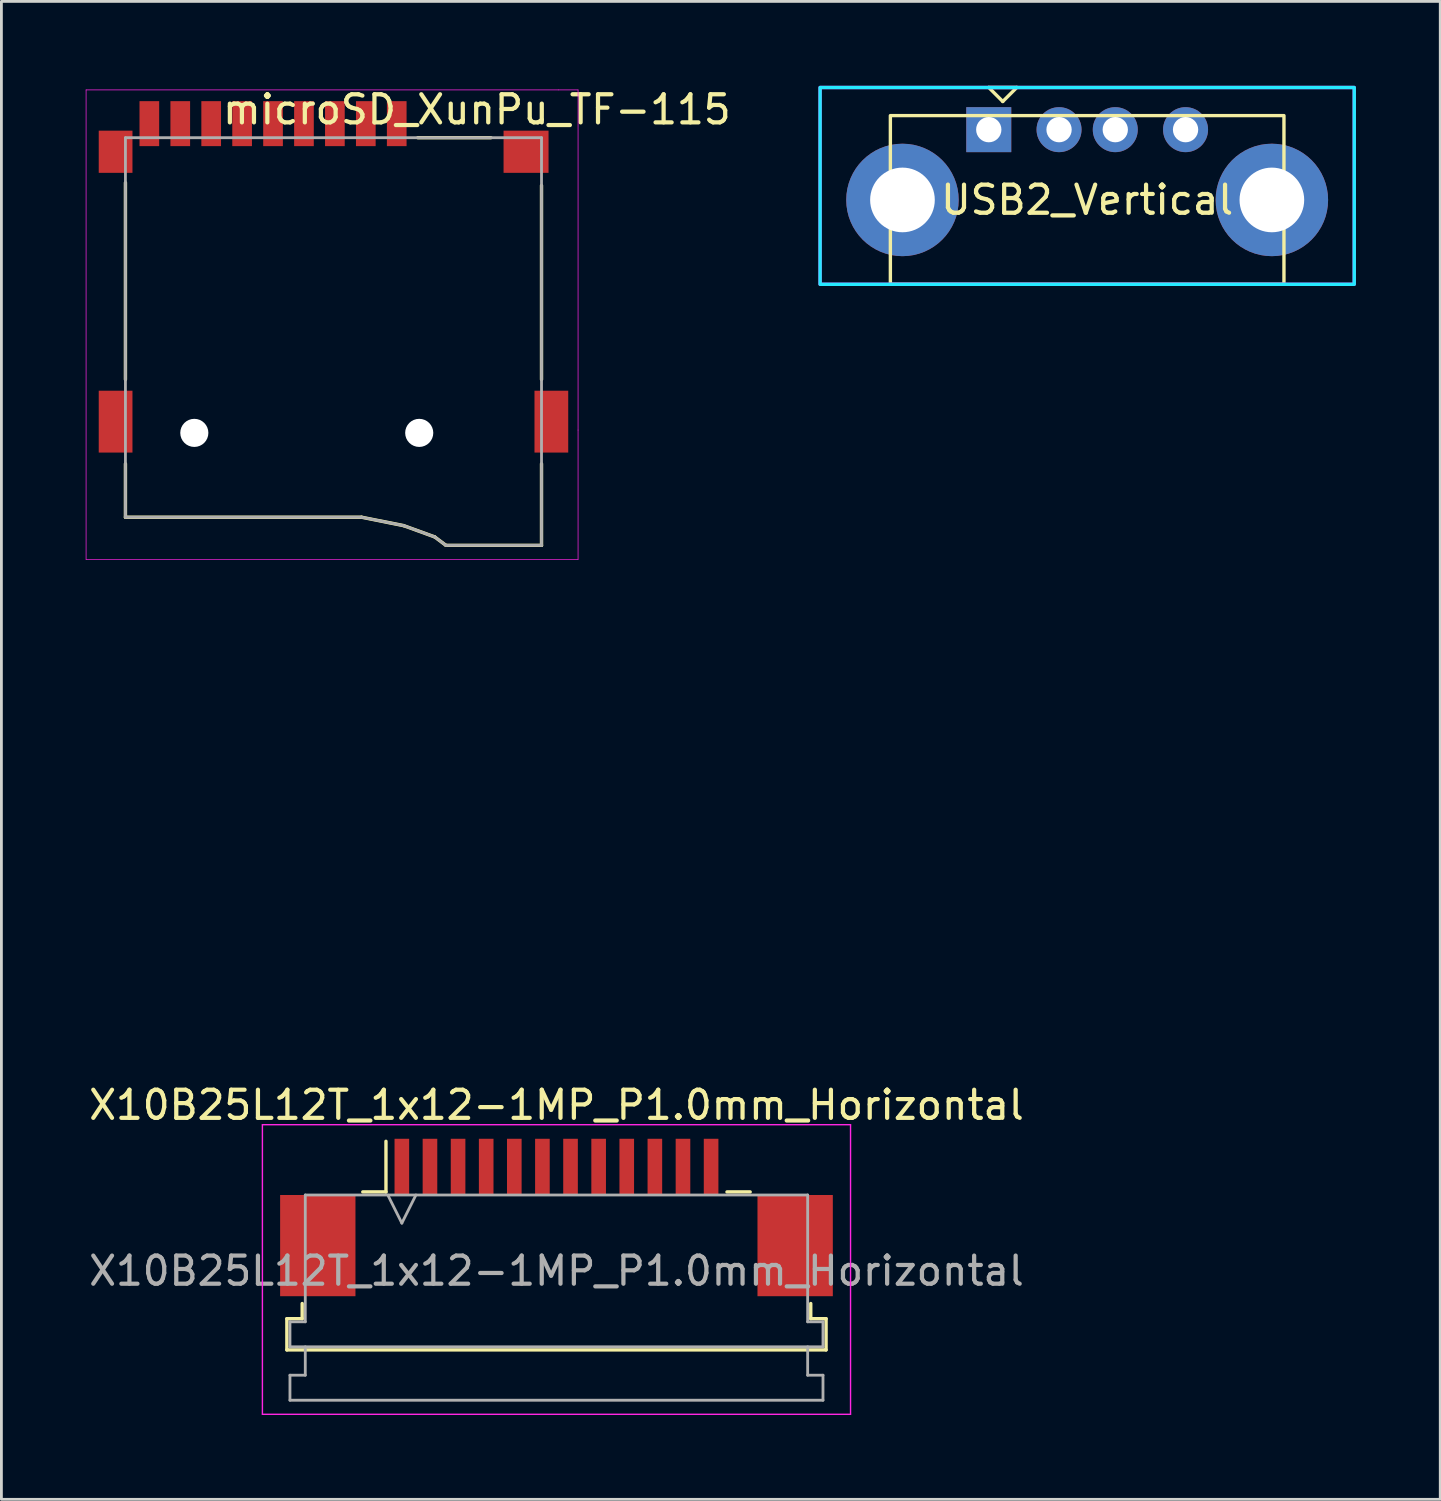
<source format=kicad_pcb>
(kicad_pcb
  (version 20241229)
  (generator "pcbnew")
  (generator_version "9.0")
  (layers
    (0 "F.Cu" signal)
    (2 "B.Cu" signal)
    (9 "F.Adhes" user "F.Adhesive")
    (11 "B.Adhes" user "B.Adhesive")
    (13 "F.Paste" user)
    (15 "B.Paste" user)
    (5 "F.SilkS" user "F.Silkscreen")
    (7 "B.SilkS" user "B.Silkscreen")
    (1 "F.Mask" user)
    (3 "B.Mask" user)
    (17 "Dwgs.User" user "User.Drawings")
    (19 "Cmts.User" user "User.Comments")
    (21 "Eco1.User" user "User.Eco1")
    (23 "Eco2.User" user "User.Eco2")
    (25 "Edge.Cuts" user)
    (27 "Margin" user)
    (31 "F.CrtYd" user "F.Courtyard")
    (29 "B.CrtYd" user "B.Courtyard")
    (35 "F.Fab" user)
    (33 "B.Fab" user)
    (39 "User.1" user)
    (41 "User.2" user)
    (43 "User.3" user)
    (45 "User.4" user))
  (footprint "USB2_Vertical"
    (layer "F.Cu")
    (at 35.621 4.062)
    (property "Reference" "USB2_Vertical" (at 0 0 0) (unlocked yes) (layer "F.SilkS") (effects (font (size 1 1) (thickness 0.15))))
    (attr through_hole)
    (fp_line (start -3.502 -4.002) (end -3.002 -3.502) (stroke (width 0.12) (type solid)) (layer "F.SilkS"))
    (fp_line (start -3.002 -3.502) (end -2.502 -4.002) (stroke (width 0.12) (type solid)) (layer "F.SilkS"))
    (fp_line (start -2.502 -4.002) (end -3.502 -4.002) (stroke (width 0.12) (type solid)) (layer "F.SilkS"))
    (fp_rect (start -7 -3) (end 7 3) (stroke (width 0.12) (type solid)) (fill no) (layer "F.SilkS"))
    (fp_rect (start -9.5 -4) (end 9.5 3) (stroke (width 0.12) (type solid)) (fill no) (layer "B.CrtYd"))
    (fp_rect (start -9.5 -4) (end 9.5 3) (stroke (width 0.12) (type solid)) (fill no) (layer "F.CrtYd"))
    (pad "1" thru_hole rect (at -3.5 -2.5) (size 1.6 1.6) (drill 0.9) (layers "*.Cu" "*.Mask"))
    (pad "2" thru_hole circle (at -1 -2.5) (size 1.6 1.6) (drill 0.9) (layers "*.Cu" "*.Mask"))
    (pad "3" thru_hole circle (at 1 -2.5) (size 1.6 1.6) (drill 0.9) (layers "*.Cu" "*.Mask"))
    (pad "4" thru_hole circle (at 3.5 -2.5) (size 1.6 1.6) (drill 0.9) (layers "*.Cu" "*.Mask"))
    (pad "5" thru_hole circle (at -6.57 0) (size 4 4) (drill 2.3) (layers "*.Cu" "*.Mask"))
    (pad "5" thru_hole circle (at 6.57 0) (size 4 4) (drill 2.3) (layers "*.Cu" "*.Mask")))
  (footprint "microSD_XunPu_TF-115"
    (layer "F.Cu")
    (at 8.812 12.348)
    (property "Reference" "microSD_XunPu_TF-115" (at 5.1 -11.5 0) (layer "F.SilkS") (effects (font (size 1 1) (thickness 0.15))))
    (attr smd)
    (fp_line (start -7.4 -8.9) (end -7.4 -1.9) (stroke (width 0.12) (type solid)) (layer "F.SilkS"))
    (fp_line (start -7.4 1.1) (end -7.4 3) (stroke (width 0.12) (type solid)) (layer "F.SilkS"))
    (fp_line (start -7.4 3) (end 1 3) (stroke (width 0.12) (type solid)) (layer "F.SilkS"))
    (fp_line (start 1 3) (end 2.5 3.3) (stroke (width 0.12) (type solid)) (layer "F.SilkS"))
    (fp_line (start 2.5 3.3) (end 3.6 3.7) (stroke (width 0.12) (type solid)) (layer "F.SilkS"))
    (fp_line (start 3.6 3.7) (end 4 4) (stroke (width 0.12) (type solid)) (layer "F.SilkS"))
    (fp_line (start 4 4) (end 7.4 4) (stroke (width 0.12) (type solid)) (layer "F.SilkS"))
    (fp_line (start 5.6 -10.5) (end 3 -10.5) (stroke (width 0.12) (type solid)) (layer "F.SilkS"))
    (fp_line (start 7.4 -1.9) (end 7.4 -8.8) (stroke (width 0.12) (type solid)) (layer "F.SilkS"))
    (fp_line (start 7.4 4) (end 7.4 1.1) (stroke (width 0.12) (type solid)) (layer "F.SilkS"))
    (fp_rect (start -7.4 4) (end 4.6 20) (stroke (width 0.12) (type solid)) (fill no) (layer "Eco2.User"))
    (fp_line (start -8.8 -12.2) (end 8 -12.2) (stroke (width 0.025) (type solid)) (layer "F.CrtYd"))
    (fp_line (start -8.8 4.5) (end -8.8 -12.2) (stroke (width 0.025) (type solid)) (layer "F.CrtYd"))
    (fp_line (start 8.7 -12.2) (end 8 -12.2) (stroke (width 0.025) (type solid)) (layer "F.CrtYd"))
    (fp_line (start 8.7 -0.1) (end 8.7 -12.2) (stroke (width 0.025) (type solid)) (layer "F.CrtYd"))
    (fp_line (start 8.7 -0.1) (end 8.7 4.5) (stroke (width 0.025) (type solid)) (layer "F.CrtYd"))
    (fp_line (start 8.7 4.5) (end -8.8 4.5) (stroke (width 0.025) (type solid)) (layer "F.CrtYd"))
    (fp_line (start -7.4 -10.5) (end 7.4 -10.5) (stroke (width 0.1) (type solid)) (layer "F.Fab"))
    (fp_line (start -7.4 3) (end -7.4 -10.5) (stroke (width 0.1) (type solid)) (layer "F.Fab"))
    (fp_line (start -7.4 3) (end 1 3) (stroke (width 0.1) (type solid)) (layer "F.Fab"))
    (fp_line (start 1 3) (end 2.5 3.3) (stroke (width 0.1) (type solid)) (layer "F.Fab"))
    (fp_line (start 2.5 3.3) (end 3.6 3.7) (stroke (width 0.1) (type solid)) (layer "F.Fab"))
    (fp_line (start 3.6 3.7) (end 4 4) (stroke (width 0.1) (type solid)) (layer "F.Fab"))
    (fp_line (start 7.4 -10.5) (end 7.4 4) (stroke (width 0.1) (type solid)) (layer "F.Fab"))
    (fp_line (start 7.4 4) (end 4 4) (stroke (width 0.1) (type solid)) (layer "F.Fab"))
    (fp_text user "microSD" (at -1.3 12 0) (unlocked yes) (layer "Eco2.User") (effects (font (size 1 1) (thickness 0.15))))
    (pad "" np_thru_hole circle (at -4.95 0) (size 1 1) (drill 1) (layers "*.Cu" "*.Mask"))
    (pad "" np_thru_hole circle (at 3.05 0) (size 1 1) (drill 1) (layers "*.Cu" "*.Mask"))
    (pad "1" smd rect (at 2.25 -11) (size 0.7 1.6) (layers "F.Cu" "F.Mask" "F.Paste"))
    (pad "2" smd rect (at 1.15 -11) (size 0.7 1.6) (layers "F.Cu" "F.Mask" "F.Paste"))
    (pad "3" smd rect (at 0.05 -11) (size 0.7 1.6) (layers "F.Cu" "F.Mask" "F.Paste"))
    (pad "4" smd rect (at -1.05 -11) (size 0.7 1.6) (layers "F.Cu" "F.Mask" "F.Paste"))
    (pad "5" smd rect (at -2.15 -11) (size 0.7 1.6) (layers "F.Cu" "F.Mask" "F.Paste"))
    (pad "6" smd rect (at -3.25 -11) (size 0.7 1.6) (layers "F.Cu" "F.Mask" "F.Paste"))
    (pad "7" smd rect (at -4.35 -11) (size 0.7 1.6) (layers "F.Cu" "F.Mask" "F.Paste"))
    (pad "8" smd rect (at -5.45 -11) (size 0.7 1.6) (layers "F.Cu" "F.Mask" "F.Paste"))
    (pad "CD" smd rect (at -6.55 -11) (size 0.7 1.6) (layers "F.Cu" "F.Mask" "F.Paste"))
    (pad "S" smd rect (at -7.75 -10) (size 1.2 1.5) (layers "F.Cu" "F.Mask" "F.Paste"))
    (pad "S" smd rect (at -7.75 -0.4) (size 1.2 2.2) (layers "F.Cu" "F.Mask" "F.Paste"))
    (pad "S" smd rect (at 6.85 -10) (size 1.6 1.5) (layers "F.Cu" "F.Mask" "F.Paste"))
    (pad "S" smd rect (at 7.75 -0.4) (size 1.2 2.2) (layers "F.Cu" "F.Mask" "F.Paste")))
  (footprint "X10B25L12T_1x12-1MP_P1.0mm_Horizontal"
    (layer "F.Cu")
    (at 16.744 40.257)
    (property "Reference" "X10B25L12T_1x12-1MP_P1.0mm_Horizontal" (at 0 -4 0) (layer "F.SilkS") (effects (font (size 1 1) (thickness 0.15))))
    (attr smd)
    (fp_line (start -9.59 3.6) (end -9.045 3.6) (stroke (width 0.12) (type solid)) (layer "F.SilkS"))
    (fp_line (start -9.59 4.71) (end -9.59 3.6) (stroke (width 0.12) (type solid)) (layer "F.SilkS"))
    (fp_line (start -9.045 3.6) (end -9.045 3.06) (stroke (width 0.12) (type solid)) (layer "F.SilkS"))
    (fp_line (start -6.89 -0.91) (end -6.065 -0.91) (stroke (width 0.12) (type solid)) (layer "F.SilkS"))
    (fp_line (start -6.065 -0.91) (end -6.065 -2.71) (stroke (width 0.12) (type solid)) (layer "F.SilkS"))
    (fp_line (start 6.065 -0.91) (end 6.89 -0.91) (stroke (width 0.12) (type solid)) (layer "F.SilkS"))
    (fp_line (start 9.045 3.06) (end 9.045 3.6) (stroke (width 0.12) (type solid)) (layer "F.SilkS"))
    (fp_line (start 9.045 3.6) (end 9.59 3.6) (stroke (width 0.12) (type solid)) (layer "F.SilkS"))
    (fp_line (start 9.59 3.6) (end 9.59 4.71) (stroke (width 0.12) (type solid)) (layer "F.SilkS"))
    (fp_line (start 9.59 4.71) (end -9.59 4.71) (stroke (width 0.12) (type solid)) (layer "F.SilkS"))
    (fp_line (start -10.46 -3.3) (end -10.46 7) (stroke (width 0.05) (type solid)) (layer "F.CrtYd"))
    (fp_line (start -10.46 7) (end 10.46 7) (stroke (width 0.05) (type solid)) (layer "F.CrtYd"))
    (fp_line (start 10.46 -3.3) (end -10.46 -3.3) (stroke (width 0.05) (type solid)) (layer "F.CrtYd"))
    (fp_line (start 10.46 7) (end 10.46 -3.3) (stroke (width 0.05) (type solid)) (layer "F.CrtYd"))
    (fp_line (start -9.48 3.71) (end -8.935 3.71) (stroke (width 0.1) (type solid)) (layer "F.Fab"))
    (fp_line (start -9.48 4.6) (end -9.48 3.71) (stroke (width 0.1) (type solid)) (layer "F.Fab"))
    (fp_line (start -9.48 5.61) (end -8.935 5.61) (stroke (width 0.1) (type solid)) (layer "F.Fab"))
    (fp_line (start -9.48 6.5) (end -9.48 5.61) (stroke (width 0.1) (type solid)) (layer "F.Fab"))
    (fp_line (start -8.935 -0.8) (end 8.935 -0.8) (stroke (width 0.1) (type solid)) (layer "F.Fab"))
    (fp_line (start -8.935 3.71) (end -8.935 -0.8) (stroke (width 0.1) (type solid)) (layer "F.Fab"))
    (fp_line (start -8.935 5.61) (end -8.935 4.6) (stroke (width 0.1) (type solid)) (layer "F.Fab"))
    (fp_line (start -6 -0.8) (end -5.5 0.2) (stroke (width 0.1) (type solid)) (layer "F.Fab"))
    (fp_line (start -5.5 0.2) (end -5 -0.8) (stroke (width 0.1) (type solid)) (layer "F.Fab"))
    (fp_line (start 8.935 -0.8) (end 8.935 3.71) (stroke (width 0.1) (type solid)) (layer "F.Fab"))
    (fp_line (start 8.935 3.71) (end 9.48 3.71) (stroke (width 0.1) (type solid)) (layer "F.Fab"))
    (fp_line (start 8.935 4.6) (end 8.935 5.61) (stroke (width 0.1) (type solid)) (layer "F.Fab"))
    (fp_line (start 8.935 5.61) (end 9.48 5.61) (stroke (width 0.1) (type solid)) (layer "F.Fab"))
    (fp_line (start 9.48 3.71) (end 9.48 4.6) (stroke (width 0.1) (type solid)) (layer "F.Fab"))
    (fp_line (start 9.48 4.6) (end -9.48 4.6) (stroke (width 0.1) (type solid)) (layer "F.Fab"))
    (fp_line (start 9.48 5.61) (end 9.48 6.5) (stroke (width 0.1) (type solid)) (layer "F.Fab"))
    (fp_line (start 9.48 6.5) (end -9.48 6.5) (stroke (width 0.1) (type solid)) (layer "F.Fab"))
    (fp_text user "${REFERENCE}" (at 0 1.9 0) (layer "F.Fab") (effects (font (size 1 1) (thickness 0.15))))
    (pad "1" smd rect (at -5.5 -1.8) (size 0.52 2) (layers "F.Cu" "F.Mask" "F.Paste"))
    (pad "2" smd rect (at -4.5 -1.8) (size 0.52 2) (layers "F.Cu" "F.Mask" "F.Paste"))
    (pad "3" smd rect (at -3.5 -1.8) (size 0.52 2) (layers "F.Cu" "F.Mask" "F.Paste"))
    (pad "4" smd rect (at -2.5 -1.8) (size 0.52 2) (layers "F.Cu" "F.Mask" "F.Paste"))
    (pad "5" smd rect (at -1.5 -1.8) (size 0.52 2) (layers "F.Cu" "F.Mask" "F.Paste"))
    (pad "6" smd rect (at -0.5 -1.8) (size 0.52 2) (layers "F.Cu" "F.Mask" "F.Paste"))
    (pad "7" smd rect (at 0.5 -1.8) (size 0.52 2) (layers "F.Cu" "F.Mask" "F.Paste"))
    (pad "8" smd rect (at 1.5 -1.8) (size 0.52 2) (layers "F.Cu" "F.Mask" "F.Paste"))
    (pad "9" smd rect (at 2.5 -1.8) (size 0.52 2) (layers "F.Cu" "F.Mask" "F.Paste"))
    (pad "10" smd rect (at 3.5 -1.8) (size 0.52 2) (layers "F.Cu" "F.Mask" "F.Paste"))
    (pad "11" smd rect (at 4.5 -1.8) (size 0.52 2) (layers "F.Cu" "F.Mask" "F.Paste"))
    (pad "12" smd rect (at 5.5 -1.8) (size 0.52 2) (layers "F.Cu" "F.Mask" "F.Paste"))
    (pad "MP" smd rect (at -8.49 1) (size 2.68 3.6) (layers "F.Cu" "F.Mask" "F.Paste"))
    (pad "MP" smd rect (at 8.49 1) (size 2.68 3.6) (layers "F.Cu" "F.Mask" "F.Paste")))
  (gr_rect
    (start -3 -3)
    (end 48.181 50.282)
    (stroke (width 0.1) (type default))
    (fill no)
    (layer "Edge.Cuts")))
</source>
